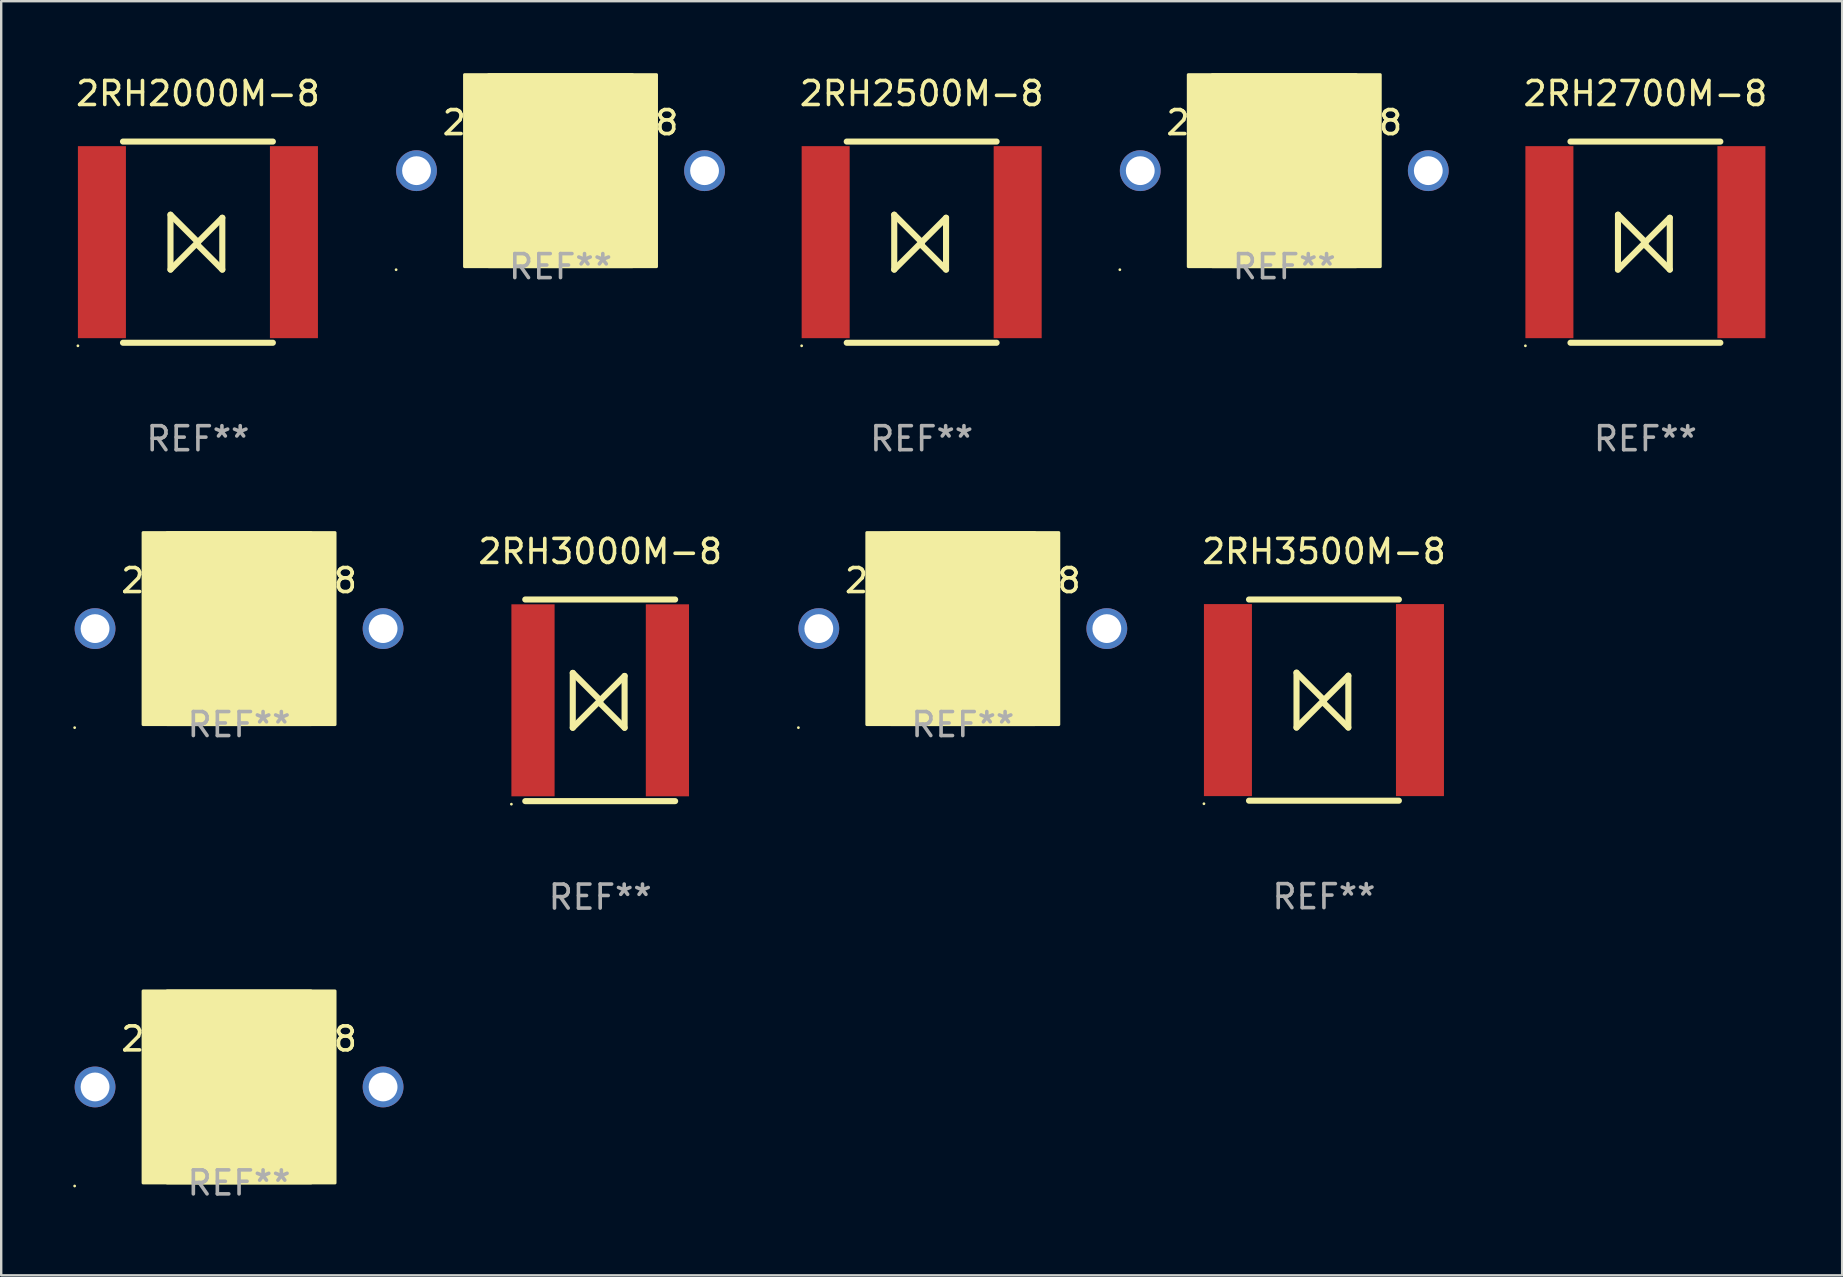
<source format=kicad_pcb>
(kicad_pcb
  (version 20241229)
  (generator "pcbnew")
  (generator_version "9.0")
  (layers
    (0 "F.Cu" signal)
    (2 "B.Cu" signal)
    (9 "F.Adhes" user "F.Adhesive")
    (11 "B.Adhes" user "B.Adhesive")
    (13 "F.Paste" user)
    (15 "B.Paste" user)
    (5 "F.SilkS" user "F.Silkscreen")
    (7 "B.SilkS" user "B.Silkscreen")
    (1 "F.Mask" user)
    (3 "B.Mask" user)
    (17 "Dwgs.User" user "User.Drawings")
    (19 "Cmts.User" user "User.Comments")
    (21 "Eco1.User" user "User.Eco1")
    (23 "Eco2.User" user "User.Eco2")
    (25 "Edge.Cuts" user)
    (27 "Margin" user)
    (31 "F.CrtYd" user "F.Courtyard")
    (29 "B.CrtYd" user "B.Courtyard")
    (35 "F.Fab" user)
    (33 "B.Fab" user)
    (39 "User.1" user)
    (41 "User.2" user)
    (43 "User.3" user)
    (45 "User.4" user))
  (footprint "2RH3500L-8"
    (layer "F.Cu")
    (at 37.063 23.139)
    (property "Reference" "2RH3500L-8" (at 0 -2 0) (layer "F.SilkS") (effects (font (size 1 1) (thickness 0.15))))
    (attr through_hole)
    (fp_circle (center -6.85 4.127) (end -6.82 4.127) (stroke (width 0.06) (type solid)) (fill no) (layer "F.SilkS"))
    (fp_poly (pts (xy -4 -4) (xy 4 -4) (xy 4 4) (xy -4 4)) (stroke (width 0.12) (type solid)) (fill yes) (layer "F.SilkS"))
    (fp_poly (pts (xy -3 -4) (xy 3 -4) (xy 3 4) (xy -3 4)) (stroke (width 0.12) (type solid)) (fill yes) (layer "F.SilkS"))
    (fp_text user "REF**" (at 0 4 0) (layer "F.Fab") (effects (font (size 1 1) (thickness 0.15))))
    (pad "1" thru_hole circle (at -6 0) (size 1.7 1.7) (drill 1.2) (layers "*.Cu" "*.Mask"))
    (pad "2" thru_hole circle (at 6 0) (size 1.7 1.7) (drill 1.2) (layers "*.Cu" "*.Mask")))
  (footprint "2RH3500M-8"
    (layer "F.Cu")
    (at 52.109 26.118)
    (property "Reference" "2RH3500M-8" (at 0 -6.191 0) (layer "F.SilkS") (effects (font (size 1 1) (thickness 0.15))))
    (attr through_hole)
    (fp_line (start -3.122 -4.191) (end 3.122 -4.191) (stroke (width 0.254) (type solid)) (layer "F.SilkS"))
    (fp_line (start -3.122 4.191) (end 3.122 4.191) (stroke (width 0.254) (type solid)) (layer "F.SilkS"))
    (fp_line (start -1.143 1.143) (end -1.143 -1.143) (stroke (width 0.254) (type solid)) (layer "F.SilkS"))
    (fp_line (start 0 0) (end -1.143 -1.143) (stroke (width 0.254) (type solid)) (layer "F.SilkS"))
    (fp_line (start 0 0) (end -1.143 1.143) (stroke (width 0.254) (type solid)) (layer "F.SilkS"))
    (fp_line (start 0 0) (end 0 0.127) (stroke (width 0.254) (type solid)) (layer "F.SilkS"))
    (fp_line (start 0 0) (end 1.016 -1.016) (stroke (width 0.254) (type solid)) (layer "F.SilkS"))
    (fp_line (start 0 0.127) (end 1.016 1.143) (stroke (width 0.254) (type solid)) (layer "F.SilkS"))
    (fp_line (start 1.016 1.143) (end 1.016 -1.016) (stroke (width 0.254) (type solid)) (layer "F.SilkS"))
    (fp_circle (center -5 4.318) (end -4.97 4.318) (stroke (width 0.06) (type solid)) (fill no) (layer "F.SilkS"))
    (fp_text user "REF**" (at 0 8.191 0) (layer "F.Fab") (effects (font (size 1 1) (thickness 0.15))))
    (pad "1" smd rect (at -4 0) (size 2 8) (layers "F.Cu" "F.Mask" "F.Paste"))
    (pad "2" smd rect (at 4 0) (size 2 8) (layers "F.Cu" "F.Mask" "F.Paste")))
  (footprint "2RH2500L-8"
    (layer "F.Cu")
    (at 20.303 4.06)
    (property "Reference" "2RH2500L-8" (at 0 -2 0) (layer "F.SilkS") (effects (font (size 1 1) (thickness 0.15))))
    (attr through_hole)
    (fp_circle (center -6.85 4.127) (end -6.82 4.127) (stroke (width 0.06) (type solid)) (fill no) (layer "F.SilkS"))
    (fp_poly (pts (xy -4 -4) (xy 4 -4) (xy 4 4) (xy -4 4)) (stroke (width 0.12) (type solid)) (fill yes) (layer "F.SilkS"))
    (fp_poly (pts (xy -3 -4) (xy 3 -4) (xy 3 4) (xy -3 4)) (stroke (width 0.12) (type solid)) (fill yes) (layer "F.SilkS"))
    (fp_text user "REF**" (at 0 4 0) (layer "F.Fab") (effects (font (size 1 1) (thickness 0.15))))
    (pad "1" thru_hole circle (at -6 0) (size 1.7 1.7) (drill 1.2) (layers "*.Cu" "*.Mask"))
    (pad "2" thru_hole circle (at 6 0) (size 1.7 1.7) (drill 1.2) (layers "*.Cu" "*.Mask")))
  (footprint "2RH2700L-8"
    (layer "F.Cu")
    (at 50.456 4.06)
    (property "Reference" "2RH2700L-8" (at 0 -2 0) (layer "F.SilkS") (effects (font (size 1 1) (thickness 0.15))))
    (attr through_hole)
    (fp_circle (center -6.85 4.127) (end -6.82 4.127) (stroke (width 0.06) (type solid)) (fill no) (layer "F.SilkS"))
    (fp_poly (pts (xy -4 -4) (xy 4 -4) (xy 4 4) (xy -4 4)) (stroke (width 0.12) (type solid)) (fill yes) (layer "F.SilkS"))
    (fp_poly (pts (xy -3 -4) (xy 3 -4) (xy 3 4) (xy -3 4)) (stroke (width 0.12) (type solid)) (fill yes) (layer "F.SilkS"))
    (fp_text user "REF**" (at 0 4 0) (layer "F.Fab") (effects (font (size 1 1) (thickness 0.15))))
    (pad "1" thru_hole circle (at -6 0) (size 1.7 1.7) (drill 1.2) (layers "*.Cu" "*.Mask"))
    (pad "2" thru_hole circle (at 6 0) (size 1.7 1.7) (drill 1.2) (layers "*.Cu" "*.Mask")))
  (footprint "2RH2700M-8"
    (layer "F.Cu")
    (at 65.502 7.039)
    (property "Reference" "2RH2700M-8" (at 0 -6.191 0) (layer "F.SilkS") (effects (font (size 1 1) (thickness 0.15))))
    (attr through_hole)
    (fp_line (start -3.122 -4.191) (end 3.122 -4.191) (stroke (width 0.254) (type solid)) (layer "F.SilkS"))
    (fp_line (start -3.122 4.191) (end 3.122 4.191) (stroke (width 0.254) (type solid)) (layer "F.SilkS"))
    (fp_line (start -1.143 1.143) (end -1.143 -1.143) (stroke (width 0.254) (type solid)) (layer "F.SilkS"))
    (fp_line (start 0 0) (end -1.143 -1.143) (stroke (width 0.254) (type solid)) (layer "F.SilkS"))
    (fp_line (start 0 0) (end -1.143 1.143) (stroke (width 0.254) (type solid)) (layer "F.SilkS"))
    (fp_line (start 0 0) (end 0 0.127) (stroke (width 0.254) (type solid)) (layer "F.SilkS"))
    (fp_line (start 0 0) (end 1.016 -1.016) (stroke (width 0.254) (type solid)) (layer "F.SilkS"))
    (fp_line (start 0 0.127) (end 1.016 1.143) (stroke (width 0.254) (type solid)) (layer "F.SilkS"))
    (fp_line (start 1.016 1.143) (end 1.016 -1.016) (stroke (width 0.254) (type solid)) (layer "F.SilkS"))
    (fp_circle (center -5 4.318) (end -4.97 4.318) (stroke (width 0.06) (type solid)) (fill no) (layer "F.SilkS"))
    (fp_text user "REF**" (at 0 8.191 0) (layer "F.Fab") (effects (font (size 1 1) (thickness 0.15))))
    (pad "1" smd rect (at -4 0) (size 2 8) (layers "F.Cu" "F.Mask" "F.Paste"))
    (pad "2" smd rect (at 4 0) (size 2 8) (layers "F.Cu" "F.Mask" "F.Paste")))
  (footprint "2RH3000M-8"
    (layer "F.Cu")
    (at 21.956 26.127)
    (property "Reference" "2RH3000M-8" (at 0 -6.2 0) (layer "F.SilkS") (effects (font (size 1 1) (thickness 0.15))))
    (attr through_hole)
    (fp_line (start -3.122 -4.2) (end 3.122 -4.2) (stroke (width 0.254) (type solid)) (layer "F.SilkS"))
    (fp_line (start -3.122 4.2) (end 3.122 4.2) (stroke (width 0.254) (type solid)) (layer "F.SilkS"))
    (fp_line (start -1.143 1.143) (end -1.143 -1.143) (stroke (width 0.254) (type solid)) (layer "F.SilkS"))
    (fp_line (start 0 0) (end -1.143 -1.143) (stroke (width 0.254) (type solid)) (layer "F.SilkS"))
    (fp_line (start 0 0) (end -1.143 1.143) (stroke (width 0.254) (type solid)) (layer "F.SilkS"))
    (fp_line (start 0 0) (end 0 0.127) (stroke (width 0.254) (type solid)) (layer "F.SilkS"))
    (fp_line (start 0 0) (end 1.016 -1.016) (stroke (width 0.254) (type solid)) (layer "F.SilkS"))
    (fp_line (start 0 0.127) (end 1.016 1.143) (stroke (width 0.254) (type solid)) (layer "F.SilkS"))
    (fp_line (start 1.016 1.143) (end 1.016 -1.016) (stroke (width 0.254) (type solid)) (layer "F.SilkS"))
    (fp_circle (center -3.7 4.327) (end -3.67 4.327) (stroke (width 0.06) (type solid)) (fill no) (layer "F.SilkS"))
    (fp_text user "REF**" (at 0 8.2 0) (layer "F.Fab") (effects (font (size 1 1) (thickness 0.15))))
    (pad "1" smd rect (at -2.8 0) (size 1.8 8) (layers "F.Cu" "F.Mask" "F.Paste"))
    (pad "2" smd rect (at 2.8 0) (size 1.8 8) (layers "F.Cu" "F.Mask" "F.Paste")))
  (footprint "2RH3600L-8"
    (layer "F.Cu")
    (at 6.91 42.235)
    (property "Reference" "2RH3600L-8" (at 0 -2 0) (layer "F.SilkS") (effects (font (size 1 1) (thickness 0.15))))
    (attr through_hole)
    (fp_circle (center -6.85 4.127) (end -6.82 4.127) (stroke (width 0.06) (type solid)) (fill no) (layer "F.SilkS"))
    (fp_poly (pts (xy -4 -4) (xy 4 -4) (xy 4 4) (xy -4 4)) (stroke (width 0.12) (type solid)) (fill yes) (layer "F.SilkS"))
    (fp_poly (pts (xy -3 -4) (xy 3 -4) (xy 3 4) (xy -3 4)) (stroke (width 0.12) (type solid)) (fill yes) (layer "F.SilkS"))
    (fp_text user "REF**" (at 0 4 0) (layer "F.Fab") (effects (font (size 1 1) (thickness 0.15))))
    (pad "1" thru_hole circle (at -6 0) (size 1.7 1.7) (drill 1.2) (layers "*.Cu" "*.Mask"))
    (pad "2" thru_hole circle (at 6 0) (size 1.7 1.7) (drill 1.2) (layers "*.Cu" "*.Mask")))
  (footprint "2RH2500M-8"
    (layer "F.Cu")
    (at 35.349 7.039)
    (property "Reference" "2RH2500M-8" (at 0 -6.191 0) (layer "F.SilkS") (effects (font (size 1 1) (thickness 0.15))))
    (attr through_hole)
    (fp_line (start -3.122 -4.191) (end 3.122 -4.191) (stroke (width 0.254) (type solid)) (layer "F.SilkS"))
    (fp_line (start -3.122 4.191) (end 3.122 4.191) (stroke (width 0.254) (type solid)) (layer "F.SilkS"))
    (fp_line (start -1.143 1.143) (end -1.143 -1.143) (stroke (width 0.254) (type solid)) (layer "F.SilkS"))
    (fp_line (start 0 0) (end -1.143 -1.143) (stroke (width 0.254) (type solid)) (layer "F.SilkS"))
    (fp_line (start 0 0) (end -1.143 1.143) (stroke (width 0.254) (type solid)) (layer "F.SilkS"))
    (fp_line (start 0 0) (end 0 0.127) (stroke (width 0.254) (type solid)) (layer "F.SilkS"))
    (fp_line (start 0 0) (end 1.016 -1.016) (stroke (width 0.254) (type solid)) (layer "F.SilkS"))
    (fp_line (start 0 0.127) (end 1.016 1.143) (stroke (width 0.254) (type solid)) (layer "F.SilkS"))
    (fp_line (start 1.016 1.143) (end 1.016 -1.016) (stroke (width 0.254) (type solid)) (layer "F.SilkS"))
    (fp_circle (center -5 4.318) (end -4.97 4.318) (stroke (width 0.06) (type solid)) (fill no) (layer "F.SilkS"))
    (fp_text user "REF**" (at 0 8.191 0) (layer "F.Fab") (effects (font (size 1 1) (thickness 0.15))))
    (pad "1" smd rect (at -4 0) (size 2 8) (layers "F.Cu" "F.Mask" "F.Paste"))
    (pad "2" smd rect (at 4 0) (size 2 8) (layers "F.Cu" "F.Mask" "F.Paste")))
  (footprint "2RH2000M-8"
    (layer "F.Cu")
    (at 5.196 7.039)
    (property "Reference" "2RH2000M-8" (at 0 -6.191 0) (layer "F.SilkS") (effects (font (size 1 1) (thickness 0.15))))
    (attr through_hole)
    (fp_line (start -3.122 -4.191) (end 3.122 -4.191) (stroke (width 0.254) (type solid)) (layer "F.SilkS"))
    (fp_line (start -3.122 4.191) (end 3.122 4.191) (stroke (width 0.254) (type solid)) (layer "F.SilkS"))
    (fp_line (start -1.143 1.143) (end -1.143 -1.143) (stroke (width 0.254) (type solid)) (layer "F.SilkS"))
    (fp_line (start 0 0) (end -1.143 -1.143) (stroke (width 0.254) (type solid)) (layer "F.SilkS"))
    (fp_line (start 0 0) (end -1.143 1.143) (stroke (width 0.254) (type solid)) (layer "F.SilkS"))
    (fp_line (start 0 0) (end 0 0.127) (stroke (width 0.254) (type solid)) (layer "F.SilkS"))
    (fp_line (start 0 0) (end 1.016 -1.016) (stroke (width 0.254) (type solid)) (layer "F.SilkS"))
    (fp_line (start 0 0.127) (end 1.016 1.143) (stroke (width 0.254) (type solid)) (layer "F.SilkS"))
    (fp_line (start 1.016 1.143) (end 1.016 -1.016) (stroke (width 0.254) (type solid)) (layer "F.SilkS"))
    (fp_circle (center -5 4.318) (end -4.97 4.318) (stroke (width 0.06) (type solid)) (fill no) (layer "F.SilkS"))
    (fp_text user "REF**" (at 0 8.191 0) (layer "F.Fab") (effects (font (size 1 1) (thickness 0.15))))
    (pad "1" smd rect (at -4 0) (size 2 8) (layers "F.Cu" "F.Mask" "F.Paste"))
    (pad "2" smd rect (at 4 0) (size 2 8) (layers "F.Cu" "F.Mask" "F.Paste")))
  (footprint "2RH3000L-8"
    (layer "F.Cu")
    (at 6.91 23.139)
    (property "Reference" "2RH3000L-8" (at 0 -2 0) (layer "F.SilkS") (effects (font (size 1 1) (thickness 0.15))))
    (attr through_hole)
    (fp_circle (center -6.85 4.127) (end -6.82 4.127) (stroke (width 0.06) (type solid)) (fill no) (layer "F.SilkS"))
    (fp_poly (pts (xy -4 -4) (xy 4 -4) (xy 4 4) (xy -4 4)) (stroke (width 0.12) (type solid)) (fill yes) (layer "F.SilkS"))
    (fp_poly (pts (xy -3 -4) (xy 3 -4) (xy 3 4) (xy -3 4)) (stroke (width 0.12) (type solid)) (fill yes) (layer "F.SilkS"))
    (fp_text user "REF**" (at 0 4 0) (layer "F.Fab") (effects (font (size 1 1) (thickness 0.15))))
    (pad "1" thru_hole circle (at -6 0) (size 1.7 1.7) (drill 1.2) (layers "*.Cu" "*.Mask"))
    (pad "2" thru_hole circle (at 6 0) (size 1.7 1.7) (drill 1.2) (layers "*.Cu" "*.Mask")))
  (gr_rect
    (start -3 -3)
    (end 73.699 50.083)
    (stroke (width 0.1) (type default))
    (fill no)
    (layer "Edge.Cuts")))
</source>
